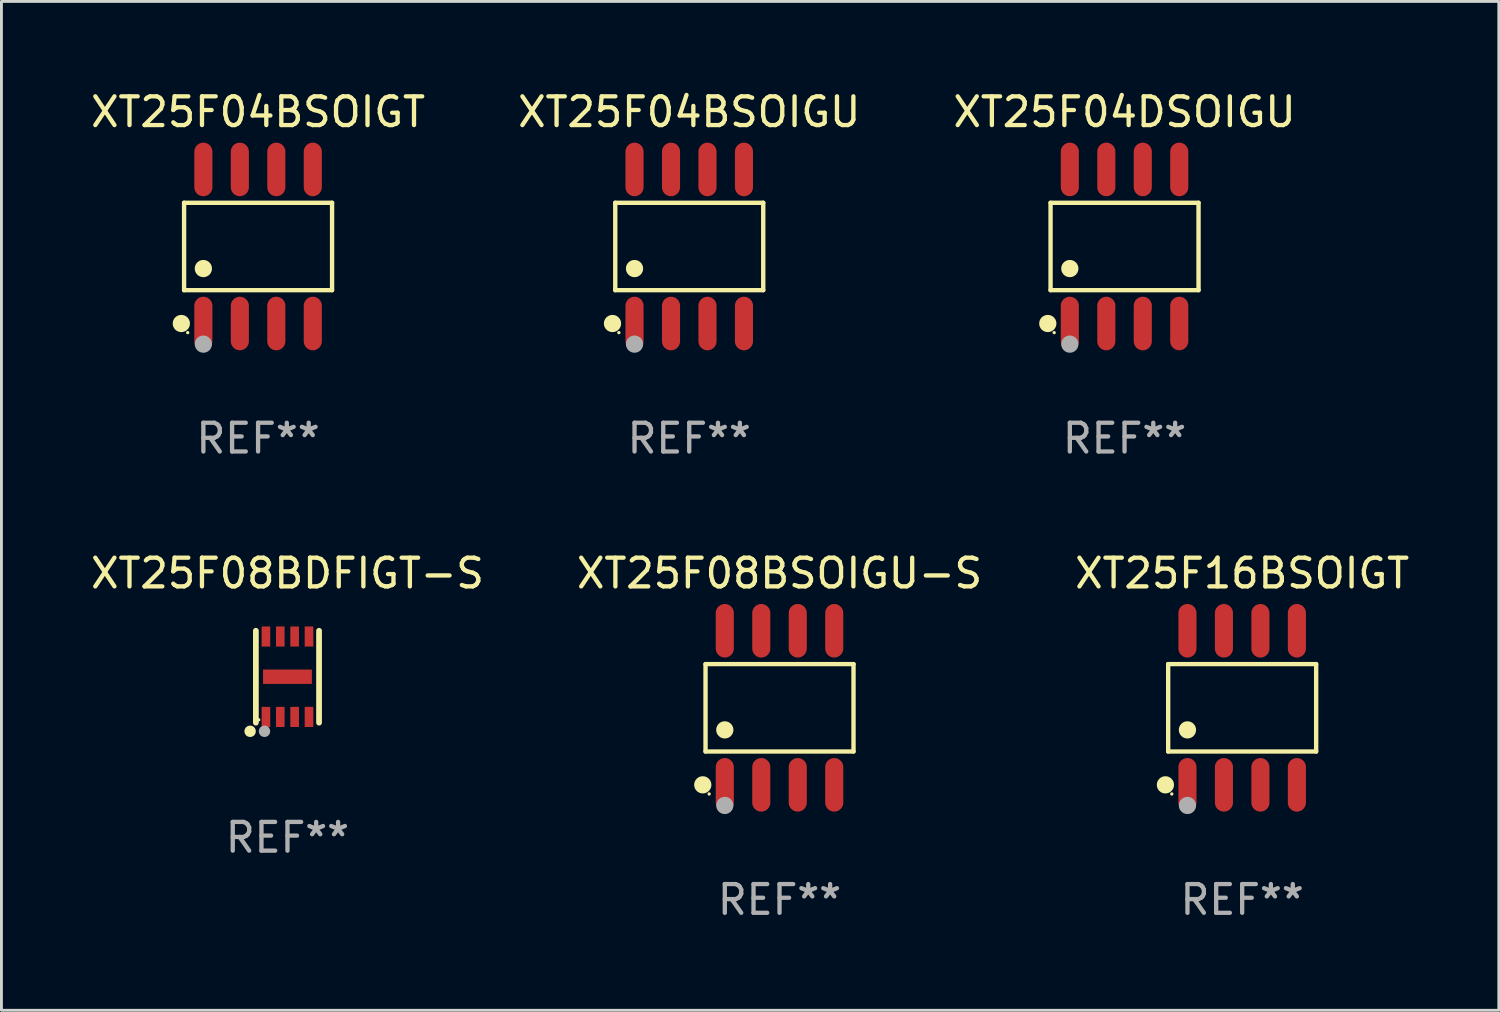
<source format=kicad_pcb>
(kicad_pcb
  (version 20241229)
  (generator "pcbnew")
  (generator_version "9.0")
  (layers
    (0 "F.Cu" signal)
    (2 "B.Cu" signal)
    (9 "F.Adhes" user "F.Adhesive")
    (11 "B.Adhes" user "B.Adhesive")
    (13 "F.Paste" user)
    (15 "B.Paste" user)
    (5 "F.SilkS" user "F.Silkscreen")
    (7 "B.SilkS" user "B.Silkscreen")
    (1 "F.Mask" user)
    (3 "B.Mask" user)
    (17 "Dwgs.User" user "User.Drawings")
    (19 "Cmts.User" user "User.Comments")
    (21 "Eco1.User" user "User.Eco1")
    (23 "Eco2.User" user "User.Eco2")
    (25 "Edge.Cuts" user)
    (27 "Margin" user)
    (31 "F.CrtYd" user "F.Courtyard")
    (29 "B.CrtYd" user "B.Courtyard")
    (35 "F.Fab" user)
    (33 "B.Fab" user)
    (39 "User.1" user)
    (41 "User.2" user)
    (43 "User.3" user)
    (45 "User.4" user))
  (footprint "XT25F08BDFIGT-S"
    (layer "F.Cu")
    (at 6.958 20.51)
    (property "Reference" "XT25F08BDFIGT-S" (at 0 -3.6 0) (layer "F.SilkS") (effects (font (size 1 1) (thickness 0.15))))
    (attr through_hole)
    (fp_line (start -1.1 1.6) (end -1.1 -1.6) (stroke (width 0.2) (type solid)) (layer "F.SilkS"))
    (fp_line (start 1.1 1.6) (end 1.1 -1.6) (stroke (width 0.2) (type solid)) (layer "F.SilkS"))
    (fp_circle (center -1.3 1.9) (end -1.2 1.9) (stroke (width 0.2) (type solid)) (fill no) (layer "F.SilkS"))
    (fp_circle (center -1 1.5) (end -0.97 1.5) (stroke (width 0.06) (type solid)) (fill no) (layer "F.SilkS"))
    (fp_circle (center -0.8 1.9) (end -0.7 1.9) (stroke (width 0.2) (type solid)) (fill no) (layer "F.Fab"))
    (fp_text user "REF**" (at 0 5.6 0) (layer "F.Fab") (effects (font (size 1 1) (thickness 0.15))))
    (pad "1" smd rect (at -0.75 1.4 90) (size 0.7 0.3) (layers "F.Cu" "F.Mask" "F.Paste"))
    (pad "2" smd rect (at -0.25 1.4 90) (size 0.7 0.3) (layers "F.Cu" "F.Mask" "F.Paste"))
    (pad "3" smd rect (at 0.25 1.4 90) (size 0.7 0.3) (layers "F.Cu" "F.Mask" "F.Paste"))
    (pad "4" smd rect (at 0.75 1.4 90) (size 0.7 0.3) (layers "F.Cu" "F.Mask" "F.Paste"))
    (pad "5" smd rect (at 0.75 -1.4 90) (size 0.7 0.3) (layers "F.Cu" "F.Mask" "F.Paste"))
    (pad "6" smd rect (at 0.25 -1.4 90) (size 0.7 0.3) (layers "F.Cu" "F.Mask" "F.Paste"))
    (pad "7" smd rect (at -0.25 -1.4 90) (size 0.7 0.3) (layers "F.Cu" "F.Mask" "F.Paste"))
    (pad "8" smd rect (at -0.75 -1.4 90) (size 0.7 0.3) (layers "F.Cu" "F.Mask" "F.Paste"))
    (pad "9" smd rect (at 0.000127 0) (size 1.7 0.5) (layers "F.Cu" "F.Mask" "F.Paste")))
  (footprint "XT25F08BSOIGU-S"
    (layer "F.Cu")
    (at 24.089 21.592)
    (property "Reference" "XT25F08BSOIGU-S" (at 0 -4.682 0) (layer "F.SilkS") (effects (font (size 1 1) (thickness 0.15))))
    (attr through_hole)
    (fp_line (start -2.576 -1.521) (end 2.576 -1.521) (stroke (width 0.152) (type solid)) (layer "F.SilkS"))
    (fp_line (start -2.576 1.521) (end -2.576 -1.521) (stroke (width 0.152) (type solid)) (layer "F.SilkS"))
    (fp_line (start 2.576 -1.521) (end 2.576 1.521) (stroke (width 0.152) (type solid)) (layer "F.SilkS"))
    (fp_line (start 2.576 1.521) (end -2.576 1.521) (stroke (width 0.152) (type solid)) (layer "F.SilkS"))
    (fp_circle (center -2.672 2.682) (end -2.522 2.682) (stroke (width 0.3) (type solid)) (fill no) (layer "F.SilkS"))
    (fp_circle (center -2.45 3) (end -2.42 3) (stroke (width 0.06) (type solid)) (fill no) (layer "F.SilkS"))
    (fp_circle (center -1.905 0.769) (end -1.755 0.769) (stroke (width 0.3) (type solid)) (fill no) (layer "F.SilkS"))
    (fp_circle (center -1.905 3.4) (end -1.755 3.4) (stroke (width 0.3) (type solid)) (fill no) (layer "F.Fab"))
    (fp_text user "REF**" (at 0 6.682 0) (layer "F.Fab") (effects (font (size 1 1) (thickness 0.15))))
    (pad "1" smd oval (at -1.905 2.682) (size 0.63 1.865) (layers "F.Cu" "F.Mask" "F.Paste"))
    (pad "2" smd oval (at -0.635 2.682) (size 0.63 1.865) (layers "F.Cu" "F.Mask" "F.Paste"))
    (pad "3" smd oval (at 0.635 2.682) (size 0.63 1.865) (layers "F.Cu" "F.Mask" "F.Paste"))
    (pad "4" smd oval (at 1.905 2.682) (size 0.63 1.865) (layers "F.Cu" "F.Mask" "F.Paste"))
    (pad "5" smd oval (at 1.905 -2.682) (size 0.63 1.865) (layers "F.Cu" "F.Mask" "F.Paste"))
    (pad "6" smd oval (at 0.635 -2.682) (size 0.63 1.865) (layers "F.Cu" "F.Mask" "F.Paste"))
    (pad "7" smd oval (at -0.635 -2.682) (size 0.63 1.865) (layers "F.Cu" "F.Mask" "F.Paste"))
    (pad "8" smd oval (at -1.905 -2.682) (size 0.63 1.865) (layers "F.Cu" "F.Mask" "F.Paste")))
  (footprint "XT25F16BSOIGT"
    (layer "F.Cu")
    (at 40.196 21.592)
    (property "Reference" "XT25F16BSOIGT" (at 0 -4.682 0) (layer "F.SilkS") (effects (font (size 1 1) (thickness 0.15))))
    (attr through_hole)
    (fp_line (start -2.576 -1.521) (end 2.576 -1.521) (stroke (width 0.152) (type solid)) (layer "F.SilkS"))
    (fp_line (start -2.576 1.521) (end -2.576 -1.521) (stroke (width 0.152) (type solid)) (layer "F.SilkS"))
    (fp_line (start 2.576 -1.521) (end 2.576 1.521) (stroke (width 0.152) (type solid)) (layer "F.SilkS"))
    (fp_line (start 2.576 1.521) (end -2.576 1.521) (stroke (width 0.152) (type solid)) (layer "F.SilkS"))
    (fp_circle (center -2.672 2.682) (end -2.522 2.682) (stroke (width 0.3) (type solid)) (fill no) (layer "F.SilkS"))
    (fp_circle (center -2.45 3) (end -2.42 3) (stroke (width 0.06) (type solid)) (fill no) (layer "F.SilkS"))
    (fp_circle (center -1.905 0.769) (end -1.755 0.769) (stroke (width 0.3) (type solid)) (fill no) (layer "F.SilkS"))
    (fp_circle (center -1.905 3.4) (end -1.755 3.4) (stroke (width 0.3) (type solid)) (fill no) (layer "F.Fab"))
    (fp_text user "REF**" (at 0 6.682 0) (layer "F.Fab") (effects (font (size 1 1) (thickness 0.15))))
    (pad "1" smd oval (at -1.905 2.682) (size 0.63 1.865) (layers "F.Cu" "F.Mask" "F.Paste"))
    (pad "2" smd oval (at -0.635 2.682) (size 0.63 1.865) (layers "F.Cu" "F.Mask" "F.Paste"))
    (pad "3" smd oval (at 0.635 2.682) (size 0.63 1.865) (layers "F.Cu" "F.Mask" "F.Paste"))
    (pad "4" smd oval (at 1.905 2.682) (size 0.63 1.865) (layers "F.Cu" "F.Mask" "F.Paste"))
    (pad "5" smd oval (at 1.905 -2.682) (size 0.63 1.865) (layers "F.Cu" "F.Mask" "F.Paste"))
    (pad "6" smd oval (at 0.635 -2.682) (size 0.63 1.865) (layers "F.Cu" "F.Mask" "F.Paste"))
    (pad "7" smd oval (at -0.635 -2.682) (size 0.63 1.865) (layers "F.Cu" "F.Mask" "F.Paste"))
    (pad "8" smd oval (at -1.905 -2.682) (size 0.63 1.865) (layers "F.Cu" "F.Mask" "F.Paste")))
  (footprint "XT25F04BSOIGT"
    (layer "F.Cu")
    (at 5.935 5.531)
    (property "Reference" "XT25F04BSOIGT" (at 0 -4.682 0) (layer "F.SilkS") (effects (font (size 1 1) (thickness 0.15))))
    (attr through_hole)
    (fp_line (start -2.576 -1.521) (end 2.576 -1.521) (stroke (width 0.152) (type solid)) (layer "F.SilkS"))
    (fp_line (start -2.576 1.521) (end -2.576 -1.521) (stroke (width 0.152) (type solid)) (layer "F.SilkS"))
    (fp_line (start 2.576 -1.521) (end 2.576 1.521) (stroke (width 0.152) (type solid)) (layer "F.SilkS"))
    (fp_line (start 2.576 1.521) (end -2.576 1.521) (stroke (width 0.152) (type solid)) (layer "F.SilkS"))
    (fp_circle (center -2.672 2.682) (end -2.522 2.682) (stroke (width 0.3) (type solid)) (fill no) (layer "F.SilkS"))
    (fp_circle (center -2.45 3) (end -2.42 3) (stroke (width 0.06) (type solid)) (fill no) (layer "F.SilkS"))
    (fp_circle (center -1.905 0.769) (end -1.755 0.769) (stroke (width 0.3) (type solid)) (fill no) (layer "F.SilkS"))
    (fp_circle (center -1.905 3.4) (end -1.755 3.4) (stroke (width 0.3) (type solid)) (fill no) (layer "F.Fab"))
    (fp_text user "REF**" (at 0 6.682 0) (layer "F.Fab") (effects (font (size 1 1) (thickness 0.15))))
    (pad "1" smd oval (at -1.905 2.682) (size 0.63 1.865) (layers "F.Cu" "F.Mask" "F.Paste"))
    (pad "2" smd oval (at -0.635 2.682) (size 0.63 1.865) (layers "F.Cu" "F.Mask" "F.Paste"))
    (pad "3" smd oval (at 0.635 2.682) (size 0.63 1.865) (layers "F.Cu" "F.Mask" "F.Paste"))
    (pad "4" smd oval (at 1.905 2.682) (size 0.63 1.865) (layers "F.Cu" "F.Mask" "F.Paste"))
    (pad "5" smd oval (at 1.905 -2.682) (size 0.63 1.865) (layers "F.Cu" "F.Mask" "F.Paste"))
    (pad "6" smd oval (at 0.635 -2.682) (size 0.63 1.865) (layers "F.Cu" "F.Mask" "F.Paste"))
    (pad "7" smd oval (at -0.635 -2.682) (size 0.63 1.865) (layers "F.Cu" "F.Mask" "F.Paste"))
    (pad "8" smd oval (at -1.905 -2.682) (size 0.63 1.865) (layers "F.Cu" "F.Mask" "F.Paste")))
  (footprint "XT25F04BSOIGU"
    (layer "F.Cu")
    (at 20.946 5.531)
    (property "Reference" "XT25F04BSOIGU" (at 0 -4.682 0) (layer "F.SilkS") (effects (font (size 1 1) (thickness 0.15))))
    (attr through_hole)
    (fp_line (start -2.576 -1.521) (end 2.576 -1.521) (stroke (width 0.152) (type solid)) (layer "F.SilkS"))
    (fp_line (start -2.576 1.521) (end -2.576 -1.521) (stroke (width 0.152) (type solid)) (layer "F.SilkS"))
    (fp_line (start 2.576 -1.521) (end 2.576 1.521) (stroke (width 0.152) (type solid)) (layer "F.SilkS"))
    (fp_line (start 2.576 1.521) (end -2.576 1.521) (stroke (width 0.152) (type solid)) (layer "F.SilkS"))
    (fp_circle (center -2.672 2.682) (end -2.522 2.682) (stroke (width 0.3) (type solid)) (fill no) (layer "F.SilkS"))
    (fp_circle (center -2.45 3) (end -2.42 3) (stroke (width 0.06) (type solid)) (fill no) (layer "F.SilkS"))
    (fp_circle (center -1.905 0.769) (end -1.755 0.769) (stroke (width 0.3) (type solid)) (fill no) (layer "F.SilkS"))
    (fp_circle (center -1.905 3.4) (end -1.755 3.4) (stroke (width 0.3) (type solid)) (fill no) (layer "F.Fab"))
    (fp_text user "REF**" (at 0 6.682 0) (layer "F.Fab") (effects (font (size 1 1) (thickness 0.15))))
    (pad "1" smd oval (at -1.905 2.682) (size 0.63 1.865) (layers "F.Cu" "F.Mask" "F.Paste"))
    (pad "2" smd oval (at -0.635 2.682) (size 0.63 1.865) (layers "F.Cu" "F.Mask" "F.Paste"))
    (pad "3" smd oval (at 0.635 2.682) (size 0.63 1.865) (layers "F.Cu" "F.Mask" "F.Paste"))
    (pad "4" smd oval (at 1.905 2.682) (size 0.63 1.865) (layers "F.Cu" "F.Mask" "F.Paste"))
    (pad "5" smd oval (at 1.905 -2.682) (size 0.63 1.865) (layers "F.Cu" "F.Mask" "F.Paste"))
    (pad "6" smd oval (at 0.635 -2.682) (size 0.63 1.865) (layers "F.Cu" "F.Mask" "F.Paste"))
    (pad "7" smd oval (at -0.635 -2.682) (size 0.63 1.865) (layers "F.Cu" "F.Mask" "F.Paste"))
    (pad "8" smd oval (at -1.905 -2.682) (size 0.63 1.865) (layers "F.Cu" "F.Mask" "F.Paste")))
  (footprint "XT25F04DSOIGU"
    (layer "F.Cu")
    (at 36.101 5.531)
    (property "Reference" "XT25F04DSOIGU" (at 0 -4.682 0) (layer "F.SilkS") (effects (font (size 1 1) (thickness 0.15))))
    (attr through_hole)
    (fp_line (start -2.576 -1.521) (end 2.576 -1.521) (stroke (width 0.152) (type solid)) (layer "F.SilkS"))
    (fp_line (start -2.576 1.521) (end -2.576 -1.521) (stroke (width 0.152) (type solid)) (layer "F.SilkS"))
    (fp_line (start 2.576 -1.521) (end 2.576 1.521) (stroke (width 0.152) (type solid)) (layer "F.SilkS"))
    (fp_line (start 2.576 1.521) (end -2.576 1.521) (stroke (width 0.152) (type solid)) (layer "F.SilkS"))
    (fp_circle (center -2.672 2.682) (end -2.522 2.682) (stroke (width 0.3) (type solid)) (fill no) (layer "F.SilkS"))
    (fp_circle (center -2.45 3) (end -2.42 3) (stroke (width 0.06) (type solid)) (fill no) (layer "F.SilkS"))
    (fp_circle (center -1.905 0.769) (end -1.755 0.769) (stroke (width 0.3) (type solid)) (fill no) (layer "F.SilkS"))
    (fp_circle (center -1.905 3.4) (end -1.755 3.4) (stroke (width 0.3) (type solid)) (fill no) (layer "F.Fab"))
    (fp_text user "REF**" (at 0 6.682 0) (layer "F.Fab") (effects (font (size 1 1) (thickness 0.15))))
    (pad "1" smd oval (at -1.905 2.682) (size 0.63 1.865) (layers "F.Cu" "F.Mask" "F.Paste"))
    (pad "2" smd oval (at -0.635 2.682) (size 0.63 1.865) (layers "F.Cu" "F.Mask" "F.Paste"))
    (pad "3" smd oval (at 0.635 2.682) (size 0.63 1.865) (layers "F.Cu" "F.Mask" "F.Paste"))
    (pad "4" smd oval (at 1.905 2.682) (size 0.63 1.865) (layers "F.Cu" "F.Mask" "F.Paste"))
    (pad "5" smd oval (at 1.905 -2.682) (size 0.63 1.865) (layers "F.Cu" "F.Mask" "F.Paste"))
    (pad "6" smd oval (at 0.635 -2.682) (size 0.63 1.865) (layers "F.Cu" "F.Mask" "F.Paste"))
    (pad "7" smd oval (at -0.635 -2.682) (size 0.63 1.865) (layers "F.Cu" "F.Mask" "F.Paste"))
    (pad "8" smd oval (at -1.905 -2.682) (size 0.63 1.865) (layers "F.Cu" "F.Mask" "F.Paste")))
  (gr_rect
    (start -3 -3)
    (end 49.131 32.123)
    (stroke (width 0.1) (type default))
    (fill no)
    (layer "Edge.Cuts")))
</source>
